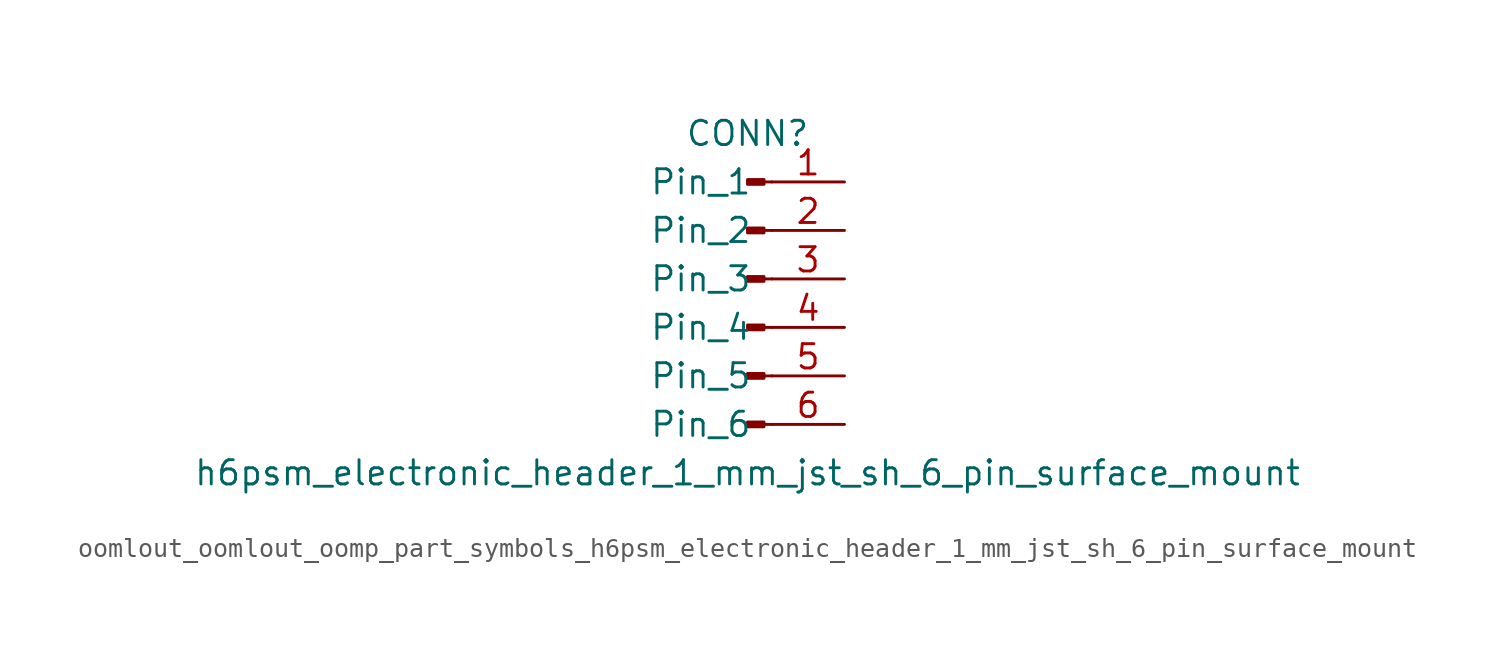
<source format=kicad_sym>
(kicad_symbol_lib
  (version 20220914)
  (generator kicad_symbol_editor)
  (symbol "oomlout_oomlout_oomp_part_symbols_h6psm_electronic_header_1_mm_jst_sh_6_pin_surface_mount"
    (pin_names
      (offset 1.016))
    (property "Reference" "CONN"
      (at 0 7.62 0)
      (effects (font (size 1.27 1.27))))
    (property "Value" "h6psm_electronic_header_1_mm_jst_sh_6_pin_surface_mount"
      (at 0 -10.16 0)
      (effects (font (size 1.27 1.27))))
    (property "ki_locked" ""
      (at 0 0 0)
      (effects (font (size 1.27 1.27))))
    (symbol "oomlout_oomlout_oomp_part_symbols_h6psm_electronic_header_1_mm_jst_sh_6_pin_surface_mount_1_1"
      (polyline (pts (xy 1.27 -7.62) (xy 0.864 -7.62)) (stroke (width 0.152) (type default)) (fill (type none)))
      (polyline (pts (xy 1.27 -5.08) (xy 0.864 -5.08)) (stroke (width 0.152) (type default)) (fill (type none)))
      (polyline (pts (xy 1.27 -2.54) (xy 0.864 -2.54)) (stroke (width 0.152) (type default)) (fill (type none)))
      (polyline (pts (xy 1.27 0) (xy 0.864 0)) (stroke (width 0.152) (type default)) (fill (type none)))
      (polyline (pts (xy 1.27 2.54) (xy 0.864 2.54)) (stroke (width 0.152) (type default)) (fill (type none)))
      (polyline (pts (xy 1.27 5.08) (xy 0.864 5.08)) (stroke (width 0.152) (type default)) (fill (type none)))
      (rectangle (start 0.864 -7.493) (end 0 -7.747) (stroke (width 0.152) (type default)) (fill (type outline)))
      (rectangle (start 0.864 -4.953) (end 0 -5.207) (stroke (width 0.152) (type default)) (fill (type outline)))
      (rectangle (start 0.864 -2.413) (end 0 -2.667) (stroke (width 0.152) (type default)) (fill (type outline)))
      (rectangle (start 0.864 0.127) (end 0 -0.127) (stroke (width 0.152) (type default)) (fill (type outline)))
      (rectangle (start 0.864 2.667) (end 0 2.413) (stroke (width 0.152) (type default)) (fill (type outline)))
      (rectangle (start 0.864 5.207) (end 0 4.953) (stroke (width 0.152) (type default)) (fill (type outline)))
      (pin passive line (at 5.08 5.08 180) (length 3.81) (name "Pin_1" (effects (font (size 1.27 1.27)))) (number "1" (effects (font (size 1.27 1.27)))))
      (pin passive line (at 5.08 2.54 180) (length 3.81) (name "Pin_2" (effects (font (size 1.27 1.27)))) (number "2" (effects (font (size 1.27 1.27)))))
      (pin passive line (at 5.08 0 180) (length 3.81) (name "Pin_3" (effects (font (size 1.27 1.27)))) (number "3" (effects (font (size 1.27 1.27)))))
      (pin passive line (at 5.08 -2.54 180) (length 3.81) (name "Pin_4" (effects (font (size 1.27 1.27)))) (number "4" (effects (font (size 1.27 1.27)))))
      (pin passive line (at 5.08 -5.08 180) (length 3.81) (name "Pin_5" (effects (font (size 1.27 1.27)))) (number "5" (effects (font (size 1.27 1.27)))))
      (pin passive line (at 5.08 -7.62 180) (length 3.81) (name "Pin_6" (effects (font (size 1.27 1.27)))) (number "6" (effects (font (size 1.27 1.27))))))))
</source>
